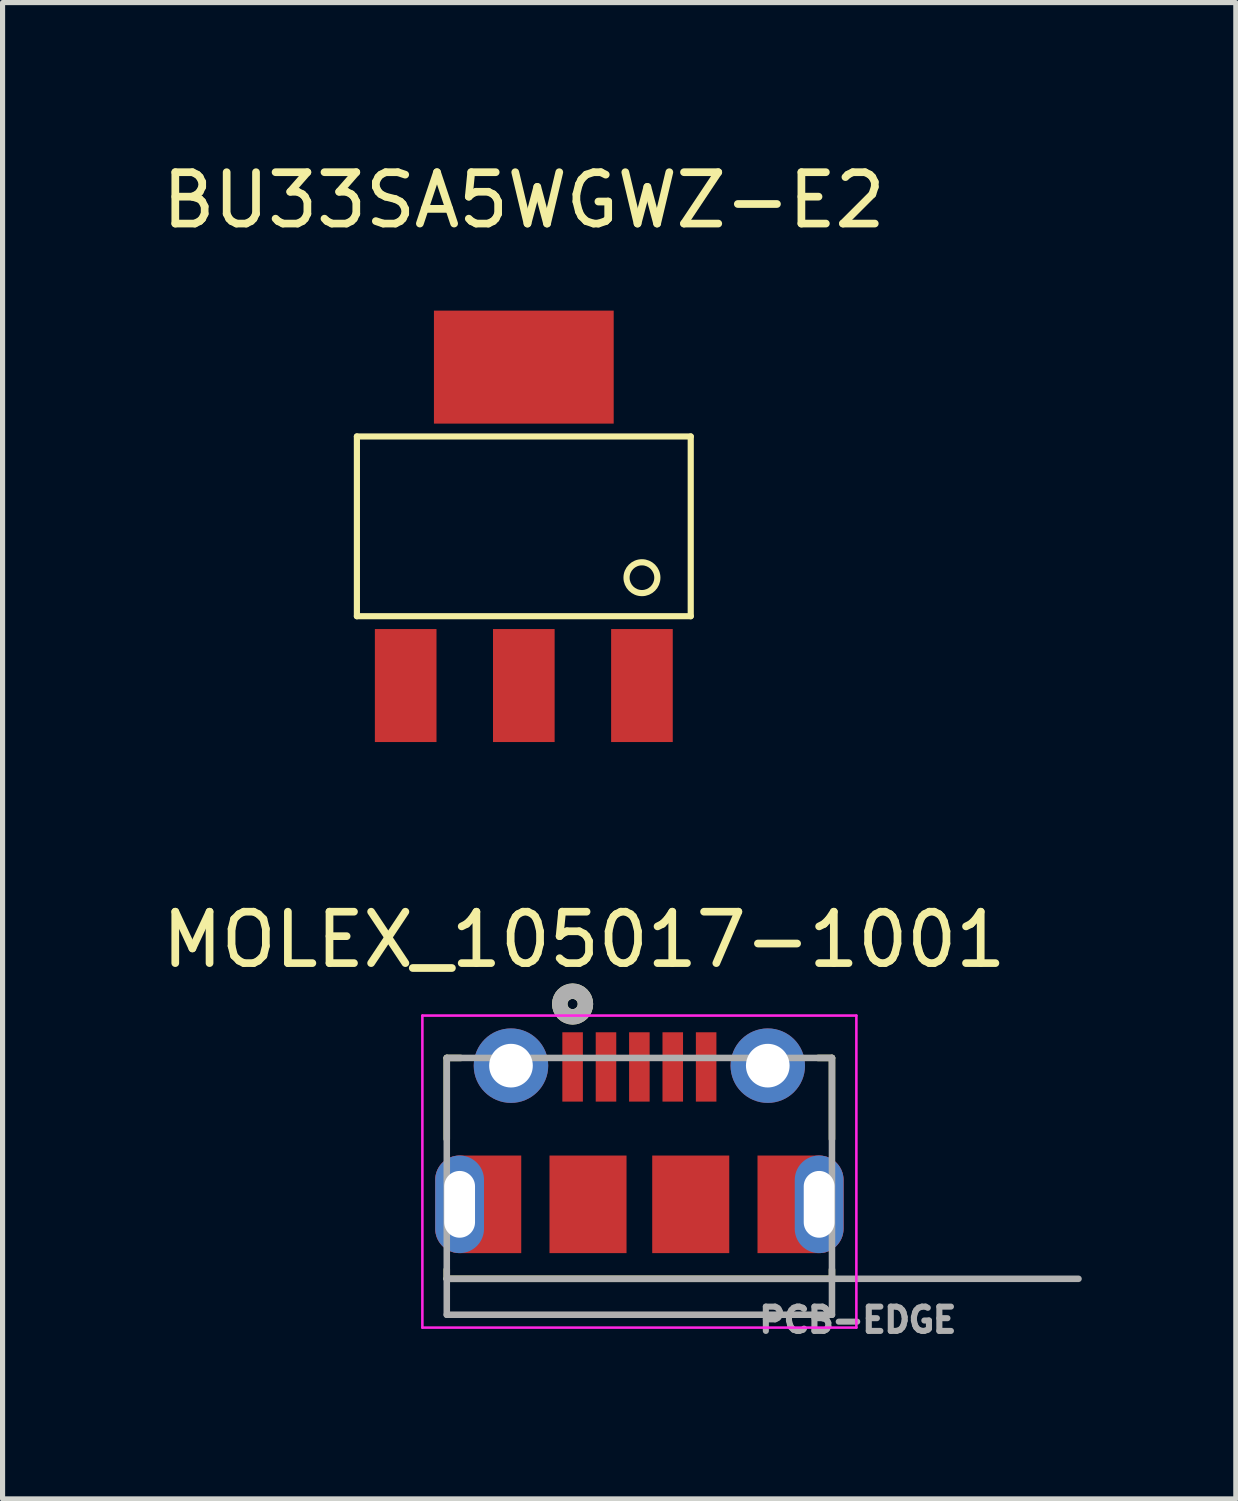
<source format=kicad_pcb>
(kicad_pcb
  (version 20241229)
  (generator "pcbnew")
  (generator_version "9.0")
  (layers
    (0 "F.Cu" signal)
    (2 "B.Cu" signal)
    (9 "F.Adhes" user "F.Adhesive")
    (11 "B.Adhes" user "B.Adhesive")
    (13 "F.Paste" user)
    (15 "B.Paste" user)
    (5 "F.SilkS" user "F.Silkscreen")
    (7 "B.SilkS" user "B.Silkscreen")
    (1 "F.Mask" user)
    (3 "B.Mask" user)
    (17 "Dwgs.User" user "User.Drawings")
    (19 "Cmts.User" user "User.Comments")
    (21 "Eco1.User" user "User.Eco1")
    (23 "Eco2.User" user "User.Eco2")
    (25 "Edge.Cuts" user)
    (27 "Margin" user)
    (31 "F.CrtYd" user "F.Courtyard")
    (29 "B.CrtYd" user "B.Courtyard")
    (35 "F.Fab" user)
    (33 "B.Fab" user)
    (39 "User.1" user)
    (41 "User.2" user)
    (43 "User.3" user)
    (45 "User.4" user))
  (footprint "MOLEX_105017-1001"
    (layer "F.Cu")
    (at 9.399 20.399)
    (property "Reference" "MOLEX_105017-1001" (at -1.076 -5.152 0) (layer "F.SilkS") (effects (font (size 1.001 1.001) (thickness 0.15))))
    (attr through_hole)
    (fp_poly (pts (xy -3.5 -0.95) (xy -2.3 -0.95) (xy -2.3 0.95) (xy -3.5 0.95) (xy -3.525 0.949) (xy -3.55 0.947) (xy -3.574 0.944) (xy -3.599 0.94) (xy -3.623 0.934) (xy -3.647 0.927) (xy -3.67 0.918) (xy -3.693 0.909) (xy -3.716 0.898) (xy -3.737 0.886) (xy -3.759 0.873) (xy -3.779 0.859) (xy -3.799 0.844) (xy -3.818 0.828) (xy -3.836 0.811) (xy -3.853 0.793) (xy -3.869 0.774) (xy -3.884 0.754) (xy -3.898 0.734) (xy -3.911 0.712) (xy -3.923 0.691) (xy -3.934 0.668) (xy -3.943 0.645) (xy -3.952 0.622) (xy -3.959 0.598) (xy -3.965 0.574) (xy -3.969 0.549) (xy -3.972 0.525) (xy -3.974 0.5) (xy -3.975 0.475) (xy -3.975 -0.475) (xy -3.974 -0.5) (xy -3.972 -0.525) (xy -3.969 -0.549) (xy -3.965 -0.574) (xy -3.959 -0.598) (xy -3.952 -0.622) (xy -3.943 -0.645) (xy -3.934 -0.668) (xy -3.923 -0.691) (xy -3.911 -0.712) (xy -3.898 -0.734) (xy -3.884 -0.754) (xy -3.869 -0.774) (xy -3.853 -0.793) (xy -3.836 -0.811) (xy -3.818 -0.828) (xy -3.799 -0.844) (xy -3.779 -0.859) (xy -3.759 -0.873) (xy -3.737 -0.886) (xy -3.716 -0.898) (xy -3.693 -0.909) (xy -3.67 -0.918) (xy -3.647 -0.927) (xy -3.623 -0.934) (xy -3.599 -0.94) (xy -3.574 -0.944) (xy -3.55 -0.947) (xy -3.525 -0.949) (xy -3.5 -0.95)) (stroke (width 0.0001) (type solid)) (fill yes) (layer "F.Cu"))
    (fp_poly (pts (xy 3.5 -0.95) (xy 2.3 -0.95) (xy 2.3 0.95) (xy 3.5 0.95) (xy 3.525 0.949) (xy 3.55 0.947) (xy 3.574 0.944) (xy 3.599 0.94) (xy 3.623 0.934) (xy 3.647 0.927) (xy 3.67 0.918) (xy 3.693 0.909) (xy 3.716 0.898) (xy 3.738 0.886) (xy 3.759 0.873) (xy 3.779 0.859) (xy 3.799 0.844) (xy 3.818 0.828) (xy 3.836 0.811) (xy 3.853 0.793) (xy 3.869 0.774) (xy 3.884 0.754) (xy 3.898 0.734) (xy 3.911 0.712) (xy 3.923 0.691) (xy 3.934 0.668) (xy 3.943 0.645) (xy 3.952 0.622) (xy 3.959 0.598) (xy 3.965 0.574) (xy 3.969 0.549) (xy 3.972 0.525) (xy 3.974 0.5) (xy 3.975 0.475) (xy 3.975 -0.475) (xy 3.974 -0.5) (xy 3.972 -0.525) (xy 3.969 -0.549) (xy 3.965 -0.574) (xy 3.959 -0.598) (xy 3.952 -0.622) (xy 3.943 -0.645) (xy 3.934 -0.668) (xy 3.923 -0.691) (xy 3.911 -0.712) (xy 3.898 -0.734) (xy 3.884 -0.754) (xy 3.869 -0.774) (xy 3.853 -0.793) (xy 3.836 -0.811) (xy 3.818 -0.828) (xy 3.799 -0.844) (xy 3.779 -0.859) (xy 3.759 -0.873) (xy 3.738 -0.886) (xy 3.716 -0.898) (xy 3.693 -0.909) (xy 3.67 -0.918) (xy 3.647 -0.927) (xy 3.623 -0.934) (xy 3.599 -0.94) (xy 3.574 -0.944) (xy 3.55 -0.947) (xy 3.525 -0.949) (xy 3.5 -0.95)) (stroke (width 0.0001) (type solid)) (fill yes) (layer "F.Cu"))
    (fp_poly (pts (xy -3.5 -1.05) (xy -2.2 -1.05) (xy -2.2 1.05) (xy -3.5 1.05) (xy -3.53 1.049) (xy -3.56 1.047) (xy -3.59 1.043) (xy -3.62 1.037) (xy -3.649 1.03) (xy -3.678 1.022) (xy -3.706 1.012) (xy -3.734 1) (xy -3.761 0.987) (xy -3.788 0.973) (xy -3.813 0.957) (xy -3.838 0.94) (xy -3.862 0.922) (xy -3.885 0.902) (xy -3.907 0.882) (xy -3.927 0.86) (xy -3.947 0.837) (xy -3.965 0.813) (xy -3.982 0.788) (xy -3.998 0.762) (xy -4.012 0.736) (xy -4.025 0.709) (xy -4.037 0.681) (xy -4.047 0.653) (xy -4.055 0.624) (xy -4.062 0.595) (xy -4.068 0.565) (xy -4.072 0.535) (xy -4.074 0.505) (xy -4.075 0.475) (xy -4.075 -0.475) (xy -4.074 -0.505) (xy -4.072 -0.535) (xy -4.068 -0.565) (xy -4.062 -0.595) (xy -4.055 -0.624) (xy -4.047 -0.653) (xy -4.037 -0.681) (xy -4.025 -0.709) (xy -4.012 -0.736) (xy -3.998 -0.762) (xy -3.982 -0.788) (xy -3.965 -0.813) (xy -3.947 -0.837) (xy -3.927 -0.86) (xy -3.907 -0.882) (xy -3.885 -0.902) (xy -3.862 -0.922) (xy -3.838 -0.94) (xy -3.813 -0.957) (xy -3.788 -0.973) (xy -3.761 -0.987) (xy -3.734 -1) (xy -3.706 -1.012) (xy -3.678 -1.022) (xy -3.649 -1.03) (xy -3.62 -1.037) (xy -3.59 -1.043) (xy -3.56 -1.047) (xy -3.53 -1.049) (xy -3.5 -1.05)) (stroke (width 0.0001) (type solid)) (fill yes) (layer "F.Mask"))
    (fp_poly (pts (xy 3.5 -1.05) (xy 2.2 -1.05) (xy 2.2 1.05) (xy 3.5 1.05) (xy 3.53 1.049) (xy 3.56 1.047) (xy 3.59 1.043) (xy 3.62 1.037) (xy 3.649 1.03) (xy 3.678 1.022) (xy 3.706 1.012) (xy 3.734 1) (xy 3.761 0.987) (xy 3.788 0.973) (xy 3.813 0.957) (xy 3.838 0.94) (xy 3.862 0.922) (xy 3.885 0.902) (xy 3.907 0.882) (xy 3.927 0.86) (xy 3.947 0.837) (xy 3.965 0.813) (xy 3.982 0.788) (xy 3.998 0.762) (xy 4.012 0.736) (xy 4.025 0.709) (xy 4.037 0.681) (xy 4.047 0.653) (xy 4.055 0.624) (xy 4.062 0.595) (xy 4.068 0.565) (xy 4.072 0.535) (xy 4.074 0.505) (xy 4.075 0.475) (xy 4.075 -0.475) (xy 4.074 -0.505) (xy 4.072 -0.535) (xy 4.068 -0.565) (xy 4.062 -0.595) (xy 4.055 -0.624) (xy 4.047 -0.653) (xy 4.037 -0.681) (xy 4.025 -0.709) (xy 4.012 -0.736) (xy 3.998 -0.762) (xy 3.982 -0.788) (xy 3.965 -0.813) (xy 3.947 -0.837) (xy 3.927 -0.86) (xy 3.907 -0.882) (xy 3.885 -0.902) (xy 3.862 -0.922) (xy 3.838 -0.94) (xy 3.813 -0.957) (xy 3.788 -0.973) (xy 3.761 -0.987) (xy 3.734 -1) (xy 3.706 -1.012) (xy 3.678 -1.022) (xy 3.649 -1.03) (xy 3.62 -1.037) (xy 3.59 -1.043) (xy 3.56 -1.047) (xy 3.53 -1.049) (xy 3.5 -1.05)) (stroke (width 0.0001) (type solid)) (fill yes) (layer "F.Mask"))
    (fp_line (start -3.75 -2.85) (end -3.479 -2.85) (stroke (width 0.127) (type solid)) (layer "F.SilkS"))
    (fp_line (start -3.75 -1.27) (end -3.75 -2.85) (stroke (width 0.127) (type solid)) (layer "F.SilkS"))
    (fp_line (start -3.75 1.27) (end -3.75 1.45) (stroke (width 0.127) (type solid)) (layer "F.SilkS"))
    (fp_line (start -3.75 1.45) (end 3.75 1.45) (stroke (width 0.127) (type solid)) (layer "F.SilkS"))
    (fp_line (start 3.75 -2.85) (end 3.479 -2.85) (stroke (width 0.127) (type solid)) (layer "F.SilkS"))
    (fp_line (start 3.75 -1.27) (end 3.75 -2.85) (stroke (width 0.127) (type solid)) (layer "F.SilkS"))
    (fp_line (start 3.75 1.45) (end 3.75 1.27) (stroke (width 0.127) (type solid)) (layer "F.SilkS"))
    (fp_circle (center -1.3 -3.9) (end -1.2 -3.9) (stroke (width 0.3) (type solid)) (fill no) (layer "F.SilkS"))
    (fp_poly (pts (xy -3.5 -0.95) (xy -2.3 -0.95) (xy -2.3 0.95) (xy -3.5 0.95) (xy -3.525 0.949) (xy -3.55 0.947) (xy -3.574 0.944) (xy -3.599 0.94) (xy -3.623 0.934) (xy -3.647 0.927) (xy -3.67 0.918) (xy -3.693 0.909) (xy -3.716 0.898) (xy -3.737 0.886) (xy -3.759 0.873) (xy -3.779 0.859) (xy -3.799 0.844) (xy -3.818 0.828) (xy -3.836 0.811) (xy -3.853 0.793) (xy -3.869 0.774) (xy -3.884 0.754) (xy -3.898 0.734) (xy -3.911 0.712) (xy -3.923 0.691) (xy -3.934 0.668) (xy -3.943 0.645) (xy -3.952 0.622) (xy -3.959 0.598) (xy -3.965 0.574) (xy -3.969 0.549) (xy -3.972 0.525) (xy -3.974 0.5) (xy -3.975 0.475) (xy -3.975 -0.475) (xy -3.974 -0.5) (xy -3.972 -0.525) (xy -3.969 -0.549) (xy -3.965 -0.574) (xy -3.959 -0.598) (xy -3.952 -0.622) (xy -3.943 -0.645) (xy -3.934 -0.668) (xy -3.923 -0.691) (xy -3.911 -0.712) (xy -3.898 -0.734) (xy -3.884 -0.754) (xy -3.869 -0.774) (xy -3.853 -0.793) (xy -3.836 -0.811) (xy -3.818 -0.828) (xy -3.799 -0.844) (xy -3.779 -0.859) (xy -3.759 -0.873) (xy -3.737 -0.886) (xy -3.716 -0.898) (xy -3.693 -0.909) (xy -3.67 -0.918) (xy -3.647 -0.927) (xy -3.623 -0.934) (xy -3.599 -0.94) (xy -3.574 -0.944) (xy -3.55 -0.947) (xy -3.525 -0.949) (xy -3.5 -0.95)) (stroke (width 0.0001) (type solid)) (fill yes) (layer "F.Paste"))
    (fp_poly (pts (xy 3.5 -0.95) (xy 2.3 -0.95) (xy 2.3 0.95) (xy 3.5 0.95) (xy 3.525 0.949) (xy 3.55 0.947) (xy 3.574 0.944) (xy 3.599 0.94) (xy 3.623 0.934) (xy 3.647 0.927) (xy 3.67 0.918) (xy 3.693 0.909) (xy 3.716 0.898) (xy 3.738 0.886) (xy 3.759 0.873) (xy 3.779 0.859) (xy 3.799 0.844) (xy 3.818 0.828) (xy 3.836 0.811) (xy 3.853 0.793) (xy 3.869 0.774) (xy 3.884 0.754) (xy 3.898 0.734) (xy 3.911 0.712) (xy 3.923 0.691) (xy 3.934 0.668) (xy 3.943 0.645) (xy 3.952 0.622) (xy 3.959 0.598) (xy 3.965 0.574) (xy 3.969 0.549) (xy 3.972 0.525) (xy 3.974 0.5) (xy 3.975 0.475) (xy 3.975 -0.475) (xy 3.974 -0.5) (xy 3.972 -0.525) (xy 3.969 -0.549) (xy 3.965 -0.574) (xy 3.959 -0.598) (xy 3.952 -0.622) (xy 3.943 -0.645) (xy 3.934 -0.668) (xy 3.923 -0.691) (xy 3.911 -0.712) (xy 3.898 -0.734) (xy 3.884 -0.754) (xy 3.869 -0.774) (xy 3.853 -0.793) (xy 3.836 -0.811) (xy 3.818 -0.828) (xy 3.799 -0.844) (xy 3.779 -0.859) (xy 3.759 -0.873) (xy 3.738 -0.886) (xy 3.716 -0.898) (xy 3.693 -0.909) (xy 3.67 -0.918) (xy 3.647 -0.927) (xy 3.623 -0.934) (xy 3.599 -0.94) (xy 3.574 -0.944) (xy 3.55 -0.947) (xy 3.525 -0.949) (xy 3.5 -0.95)) (stroke (width 0.0001) (type solid)) (fill yes) (layer "F.Paste"))
    (fp_line (start -4.225 -3.675) (end -4.225 2.4) (stroke (width 0.05) (type solid)) (layer "F.CrtYd"))
    (fp_line (start -4.225 2.4) (end 4.225 2.4) (stroke (width 0.05) (type solid)) (layer "F.CrtYd"))
    (fp_line (start 4.225 -3.675) (end -4.225 -3.675) (stroke (width 0.05) (type solid)) (layer "F.CrtYd"))
    (fp_line (start 4.225 2.4) (end 4.225 -3.675) (stroke (width 0.05) (type solid)) (layer "F.CrtYd"))
    (fp_line (start -3.75 -2.85) (end 3.75 -2.85) (stroke (width 0.127) (type solid)) (layer "F.Fab"))
    (fp_line (start -3.75 1.45) (end -3.75 -2.85) (stroke (width 0.127) (type solid)) (layer "F.Fab"))
    (fp_line (start -3.75 1.45) (end 8.55 1.45) (stroke (width 0.127) (type solid)) (layer "F.Fab"))
    (fp_line (start -3.75 2.15) (end -3.75 1.45) (stroke (width 0.127) (type solid)) (layer "F.Fab"))
    (fp_line (start 3.75 -2.85) (end 3.75 2.15) (stroke (width 0.127) (type solid)) (layer "F.Fab"))
    (fp_line (start 3.75 2.15) (end -3.75 2.15) (stroke (width 0.127) (type solid)) (layer "F.Fab"))
    (fp_circle (center -1.3 -3.9) (end -1.2 -3.9) (stroke (width 0.3) (type solid)) (fill no) (layer "F.Fab"))
    (fp_text user "PCB-EDGE" (at 4.253 2.252 0) (layer "F.Fab") (effects (font (size 0.473 0.473) (thickness 0.15))))
    (pad "1" smd rect (at -1.3 -2.675) (size 0.4 1.35) (layers "F.Cu" "F.Mask" "F.Paste"))
    (pad "2" smd rect (at -0.65 -2.675) (size 0.4 1.35) (layers "F.Cu" "F.Mask" "F.Paste"))
    (pad "3" smd rect (at 0 -2.675) (size 0.4 1.35) (layers "F.Cu" "F.Mask" "F.Paste"))
    (pad "4" smd rect (at 0.65 -2.675) (size 0.4 1.35) (layers "F.Cu" "F.Mask" "F.Paste"))
    (pad "5" smd rect (at 1.3 -2.675) (size 0.4 1.35) (layers "F.Cu" "F.Mask" "F.Paste"))
    (pad "S1" thru_hole oval (at -3.5 0) (size 0.95 1.9) (drill oval 0.6 1.3) (layers "*.Cu"))
    (pad "S2" thru_hole oval (at 3.5 0) (size 0.95 1.9) (drill oval 0.6 1.3) (layers "*.Cu"))
    (pad "S3" thru_hole circle (at -2.5 -2.7) (size 1.45 1.45) (drill 0.85) (layers "*.Cu" "*.Mask"))
    (pad "S4" thru_hole circle (at 2.5 -2.7) (size 1.45 1.45) (drill 0.85) (layers "*.Cu" "*.Mask"))
    (pad "S5" smd rect (at -1 0) (size 1.5 1.9) (layers "F.Cu" "F.Mask" "F.Paste"))
    (pad "S6" smd rect (at 1 0) (size 1.5 1.9) (layers "F.Cu" "F.Mask" "F.Paste")))
  (footprint "BU33SA5WGWZ-E2"
    (layer "F.Cu")
    (at 7.149 7.198)
    (property "Reference" "BU33SA5WGWZ-E2" (at 0 -6.35 0) (layer "F.SilkS") (effects (font (size 1 1) (thickness 0.15))))
    (attr smd)
    (fp_line (start -3.25 1.75) (end -3.25 -1.75) (stroke (width 0.12) (type solid)) (layer "F.SilkS"))
    (fp_line (start -3.25 1.75) (end 3.25 1.75) (stroke (width 0.12) (type solid)) (layer "F.SilkS"))
    (fp_line (start 3.25 -1.75) (end -3.25 -1.75) (stroke (width 0.12) (type solid)) (layer "F.SilkS"))
    (fp_line (start 3.25 1.75) (end 3.25 -1.75) (stroke (width 0.12) (type solid)) (layer "F.SilkS"))
    (fp_circle (center 2.3 1) (end 2.6 1) (stroke (width 0.12) (type solid)) (fill no) (layer "F.SilkS"))
    (pad "1" smd rect (at 2.3 3.1) (size 1.2 2.2) (layers "F.Cu" "F.Mask" "F.Paste"))
    (pad "2" smd rect (at 0 3.1) (size 1.2 2.2) (layers "F.Cu" "F.Mask" "F.Paste"))
    (pad "3" smd rect (at -2.3 3.1) (size 1.2 2.2) (layers "F.Cu" "F.Mask" "F.Paste"))
    (pad "4" smd rect (at 0 -3.1) (size 3.5 2.2) (layers "F.Cu" "F.Mask" "F.Paste")))
  (gr_rect
    (start -3 -3)
    (end 21.012 26.135)
    (stroke (width 0.1) (type default))
    (fill no)
    (layer "Edge.Cuts")))
</source>
